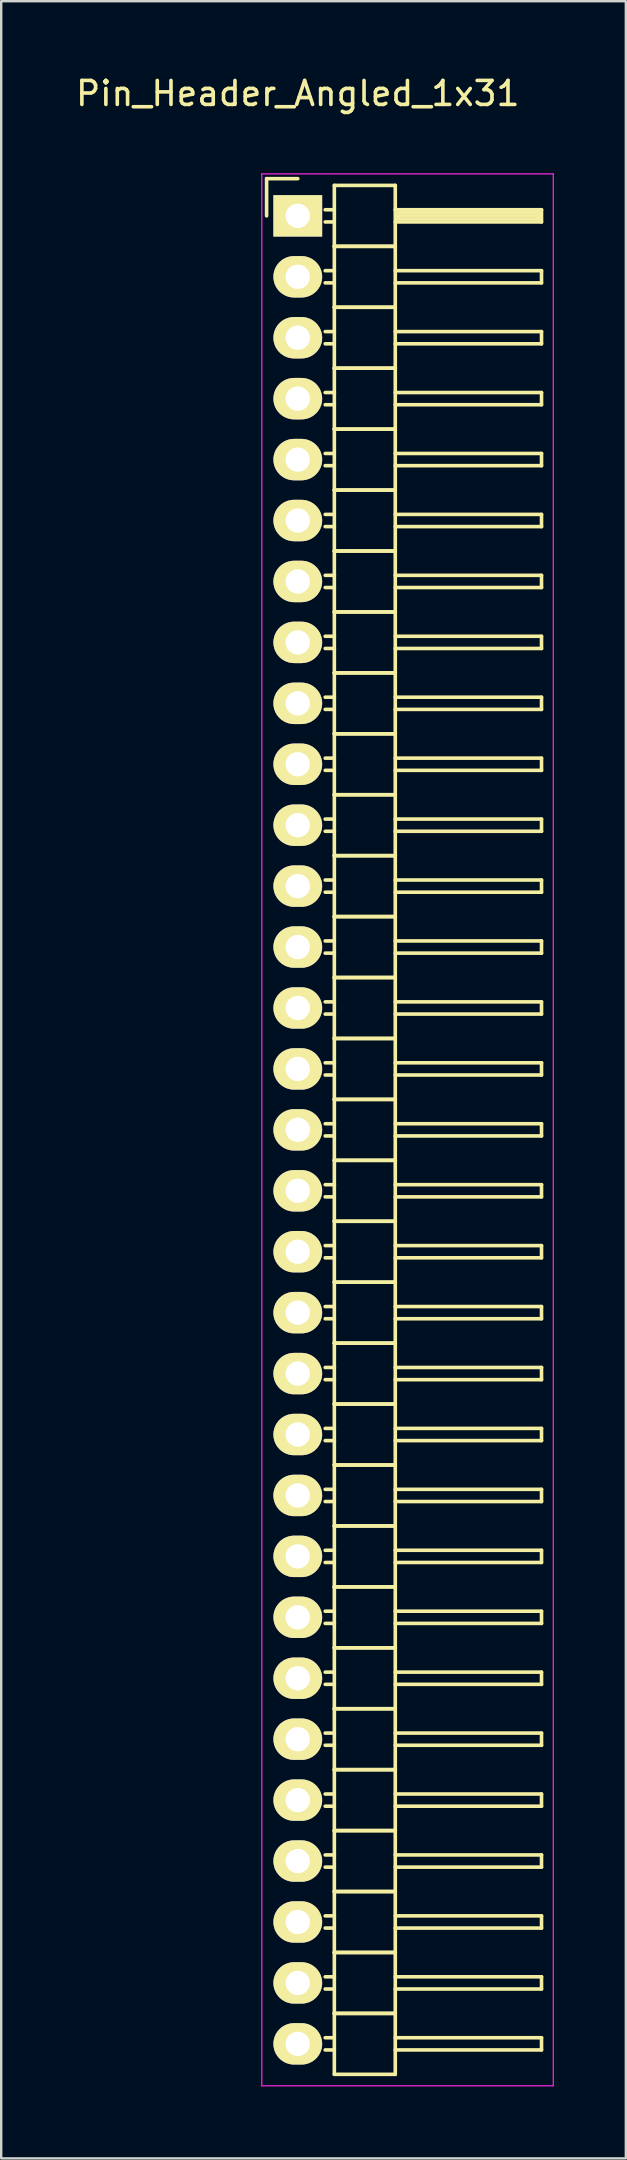
<source format=kicad_pcb>
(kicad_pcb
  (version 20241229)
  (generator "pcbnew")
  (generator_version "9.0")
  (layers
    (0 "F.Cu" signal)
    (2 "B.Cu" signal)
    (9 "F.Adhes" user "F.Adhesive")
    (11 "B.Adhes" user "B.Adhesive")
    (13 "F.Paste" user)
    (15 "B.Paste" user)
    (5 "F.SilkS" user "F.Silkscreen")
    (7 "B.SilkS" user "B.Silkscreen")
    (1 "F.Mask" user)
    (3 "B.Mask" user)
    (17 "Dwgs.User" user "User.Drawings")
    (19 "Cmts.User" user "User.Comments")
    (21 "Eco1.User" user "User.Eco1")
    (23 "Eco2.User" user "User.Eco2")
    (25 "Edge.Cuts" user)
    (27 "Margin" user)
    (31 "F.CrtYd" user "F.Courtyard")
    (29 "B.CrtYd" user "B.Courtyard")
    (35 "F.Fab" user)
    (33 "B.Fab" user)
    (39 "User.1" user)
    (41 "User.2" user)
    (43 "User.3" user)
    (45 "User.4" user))
  (footprint "Pin_Header_Angled_1x31"
    (layer "F.Cu")
    (at 9.363 5.948)
    (property "Reference" "Pin_Header_Angled_1x31" (at 0 -5.1 0) (layer "F.SilkS") (effects (font (size 1 1) (thickness 0.15))))
    (attr through_hole)
    (fp_line (start -1.3 -1.55) (end -1.3 0) (stroke (width 0.15) (type solid)) (layer "F.SilkS"))
    (fp_line (start 0 -1.55) (end -1.3 -1.55) (stroke (width 0.15) (type solid)) (layer "F.SilkS"))
    (fp_line (start 1.524 -1.27) (end 1.524 1.27) (stroke (width 0.15) (type solid)) (layer "F.SilkS"))
    (fp_line (start 1.524 -1.27) (end 4.064 -1.27) (stroke (width 0.15) (type solid)) (layer "F.SilkS"))
    (fp_line (start 1.524 -0.254) (end 1.143 -0.254) (stroke (width 0.15) (type solid)) (layer "F.SilkS"))
    (fp_line (start 1.524 0.254) (end 1.143 0.254) (stroke (width 0.15) (type solid)) (layer "F.SilkS"))
    (fp_line (start 1.524 1.27) (end 1.524 3.81) (stroke (width 0.15) (type solid)) (layer "F.SilkS"))
    (fp_line (start 1.524 1.27) (end 4.064 1.27) (stroke (width 0.15) (type solid)) (layer "F.SilkS"))
    (fp_line (start 1.524 1.27) (end 4.064 1.27) (stroke (width 0.15) (type solid)) (layer "F.SilkS"))
    (fp_line (start 1.524 2.286) (end 1.143 2.286) (stroke (width 0.15) (type solid)) (layer "F.SilkS"))
    (fp_line (start 1.524 2.794) (end 1.143 2.794) (stroke (width 0.15) (type solid)) (layer "F.SilkS"))
    (fp_line (start 1.524 3.81) (end 1.524 6.35) (stroke (width 0.15) (type solid)) (layer "F.SilkS"))
    (fp_line (start 1.524 3.81) (end 4.064 3.81) (stroke (width 0.15) (type solid)) (layer "F.SilkS"))
    (fp_line (start 1.524 3.81) (end 4.064 3.81) (stroke (width 0.15) (type solid)) (layer "F.SilkS"))
    (fp_line (start 1.524 4.826) (end 1.143 4.826) (stroke (width 0.15) (type solid)) (layer "F.SilkS"))
    (fp_line (start 1.524 5.334) (end 1.143 5.334) (stroke (width 0.15) (type solid)) (layer "F.SilkS"))
    (fp_line (start 1.524 6.35) (end 1.524 8.89) (stroke (width 0.15) (type solid)) (layer "F.SilkS"))
    (fp_line (start 1.524 6.35) (end 4.064 6.35) (stroke (width 0.15) (type solid)) (layer "F.SilkS"))
    (fp_line (start 1.524 6.35) (end 4.064 6.35) (stroke (width 0.15) (type solid)) (layer "F.SilkS"))
    (fp_line (start 1.524 7.366) (end 1.143 7.366) (stroke (width 0.15) (type solid)) (layer "F.SilkS"))
    (fp_line (start 1.524 7.874) (end 1.143 7.874) (stroke (width 0.15) (type solid)) (layer "F.SilkS"))
    (fp_line (start 1.524 8.89) (end 1.524 11.43) (stroke (width 0.15) (type solid)) (layer "F.SilkS"))
    (fp_line (start 1.524 8.89) (end 4.064 8.89) (stroke (width 0.15) (type solid)) (layer "F.SilkS"))
    (fp_line (start 1.524 8.89) (end 4.064 8.89) (stroke (width 0.15) (type solid)) (layer "F.SilkS"))
    (fp_line (start 1.524 9.906) (end 1.143 9.906) (stroke (width 0.15) (type solid)) (layer "F.SilkS"))
    (fp_line (start 1.524 10.414) (end 1.143 10.414) (stroke (width 0.15) (type solid)) (layer "F.SilkS"))
    (fp_line (start 1.524 11.43) (end 1.524 13.97) (stroke (width 0.15) (type solid)) (layer "F.SilkS"))
    (fp_line (start 1.524 11.43) (end 4.064 11.43) (stroke (width 0.15) (type solid)) (layer "F.SilkS"))
    (fp_line (start 1.524 11.43) (end 4.064 11.43) (stroke (width 0.15) (type solid)) (layer "F.SilkS"))
    (fp_line (start 1.524 12.446) (end 1.143 12.446) (stroke (width 0.15) (type solid)) (layer "F.SilkS"))
    (fp_line (start 1.524 12.954) (end 1.143 12.954) (stroke (width 0.15) (type solid)) (layer "F.SilkS"))
    (fp_line (start 1.524 13.97) (end 1.524 16.51) (stroke (width 0.15) (type solid)) (layer "F.SilkS"))
    (fp_line (start 1.524 13.97) (end 4.064 13.97) (stroke (width 0.15) (type solid)) (layer "F.SilkS"))
    (fp_line (start 1.524 13.97) (end 4.064 13.97) (stroke (width 0.15) (type solid)) (layer "F.SilkS"))
    (fp_line (start 1.524 14.986) (end 1.143 14.986) (stroke (width 0.15) (type solid)) (layer "F.SilkS"))
    (fp_line (start 1.524 15.494) (end 1.143 15.494) (stroke (width 0.15) (type solid)) (layer "F.SilkS"))
    (fp_line (start 1.524 16.51) (end 1.524 19.05) (stroke (width 0.15) (type solid)) (layer "F.SilkS"))
    (fp_line (start 1.524 16.51) (end 4.064 16.51) (stroke (width 0.15) (type solid)) (layer "F.SilkS"))
    (fp_line (start 1.524 16.51) (end 4.064 16.51) (stroke (width 0.15) (type solid)) (layer "F.SilkS"))
    (fp_line (start 1.524 17.526) (end 1.143 17.526) (stroke (width 0.15) (type solid)) (layer "F.SilkS"))
    (fp_line (start 1.524 18.034) (end 1.143 18.034) (stroke (width 0.15) (type solid)) (layer "F.SilkS"))
    (fp_line (start 1.524 19.05) (end 1.524 21.59) (stroke (width 0.15) (type solid)) (layer "F.SilkS"))
    (fp_line (start 1.524 19.05) (end 4.064 19.05) (stroke (width 0.15) (type solid)) (layer "F.SilkS"))
    (fp_line (start 1.524 19.05) (end 4.064 19.05) (stroke (width 0.15) (type solid)) (layer "F.SilkS"))
    (fp_line (start 1.524 20.066) (end 1.143 20.066) (stroke (width 0.15) (type solid)) (layer "F.SilkS"))
    (fp_line (start 1.524 20.574) (end 1.143 20.574) (stroke (width 0.15) (type solid)) (layer "F.SilkS"))
    (fp_line (start 1.524 21.59) (end 1.524 24.13) (stroke (width 0.15) (type solid)) (layer "F.SilkS"))
    (fp_line (start 1.524 21.59) (end 4.064 21.59) (stroke (width 0.15) (type solid)) (layer "F.SilkS"))
    (fp_line (start 1.524 21.59) (end 4.064 21.59) (stroke (width 0.15) (type solid)) (layer "F.SilkS"))
    (fp_line (start 1.524 22.606) (end 1.143 22.606) (stroke (width 0.15) (type solid)) (layer "F.SilkS"))
    (fp_line (start 1.524 23.114) (end 1.143 23.114) (stroke (width 0.15) (type solid)) (layer "F.SilkS"))
    (fp_line (start 1.524 24.13) (end 1.524 26.67) (stroke (width 0.15) (type solid)) (layer "F.SilkS"))
    (fp_line (start 1.524 24.13) (end 4.064 24.13) (stroke (width 0.15) (type solid)) (layer "F.SilkS"))
    (fp_line (start 1.524 24.13) (end 4.064 24.13) (stroke (width 0.15) (type solid)) (layer "F.SilkS"))
    (fp_line (start 1.524 25.146) (end 1.143 25.146) (stroke (width 0.15) (type solid)) (layer "F.SilkS"))
    (fp_line (start 1.524 25.654) (end 1.143 25.654) (stroke (width 0.15) (type solid)) (layer "F.SilkS"))
    (fp_line (start 1.524 26.67) (end 1.524 29.21) (stroke (width 0.15) (type solid)) (layer "F.SilkS"))
    (fp_line (start 1.524 26.67) (end 4.064 26.67) (stroke (width 0.15) (type solid)) (layer "F.SilkS"))
    (fp_line (start 1.524 26.67) (end 4.064 26.67) (stroke (width 0.15) (type solid)) (layer "F.SilkS"))
    (fp_line (start 1.524 27.686) (end 1.143 27.686) (stroke (width 0.15) (type solid)) (layer "F.SilkS"))
    (fp_line (start 1.524 28.194) (end 1.143 28.194) (stroke (width 0.15) (type solid)) (layer "F.SilkS"))
    (fp_line (start 1.524 29.21) (end 1.524 31.75) (stroke (width 0.15) (type solid)) (layer "F.SilkS"))
    (fp_line (start 1.524 29.21) (end 4.064 29.21) (stroke (width 0.15) (type solid)) (layer "F.SilkS"))
    (fp_line (start 1.524 29.21) (end 4.064 29.21) (stroke (width 0.15) (type solid)) (layer "F.SilkS"))
    (fp_line (start 1.524 30.226) (end 1.143 30.226) (stroke (width 0.15) (type solid)) (layer "F.SilkS"))
    (fp_line (start 1.524 30.734) (end 1.143 30.734) (stroke (width 0.15) (type solid)) (layer "F.SilkS"))
    (fp_line (start 1.524 31.75) (end 1.524 34.29) (stroke (width 0.15) (type solid)) (layer "F.SilkS"))
    (fp_line (start 1.524 31.75) (end 4.064 31.75) (stroke (width 0.15) (type solid)) (layer "F.SilkS"))
    (fp_line (start 1.524 31.75) (end 4.064 31.75) (stroke (width 0.15) (type solid)) (layer "F.SilkS"))
    (fp_line (start 1.524 32.766) (end 1.143 32.766) (stroke (width 0.15) (type solid)) (layer "F.SilkS"))
    (fp_line (start 1.524 33.274) (end 1.143 33.274) (stroke (width 0.15) (type solid)) (layer "F.SilkS"))
    (fp_line (start 1.524 34.29) (end 1.524 36.83) (stroke (width 0.15) (type solid)) (layer "F.SilkS"))
    (fp_line (start 1.524 34.29) (end 4.064 34.29) (stroke (width 0.15) (type solid)) (layer "F.SilkS"))
    (fp_line (start 1.524 34.29) (end 4.064 34.29) (stroke (width 0.15) (type solid)) (layer "F.SilkS"))
    (fp_line (start 1.524 35.306) (end 1.143 35.306) (stroke (width 0.15) (type solid)) (layer "F.SilkS"))
    (fp_line (start 1.524 35.814) (end 1.143 35.814) (stroke (width 0.15) (type solid)) (layer "F.SilkS"))
    (fp_line (start 1.524 36.83) (end 1.524 39.37) (stroke (width 0.15) (type solid)) (layer "F.SilkS"))
    (fp_line (start 1.524 36.83) (end 4.064 36.83) (stroke (width 0.15) (type solid)) (layer "F.SilkS"))
    (fp_line (start 1.524 36.83) (end 4.064 36.83) (stroke (width 0.15) (type solid)) (layer "F.SilkS"))
    (fp_line (start 1.524 37.846) (end 1.143 37.846) (stroke (width 0.15) (type solid)) (layer "F.SilkS"))
    (fp_line (start 1.524 38.354) (end 1.143 38.354) (stroke (width 0.15) (type solid)) (layer "F.SilkS"))
    (fp_line (start 1.524 39.37) (end 1.524 41.91) (stroke (width 0.15) (type solid)) (layer "F.SilkS"))
    (fp_line (start 1.524 39.37) (end 4.064 39.37) (stroke (width 0.15) (type solid)) (layer "F.SilkS"))
    (fp_line (start 1.524 39.37) (end 4.064 39.37) (stroke (width 0.15) (type solid)) (layer "F.SilkS"))
    (fp_line (start 1.524 40.386) (end 1.143 40.386) (stroke (width 0.15) (type solid)) (layer "F.SilkS"))
    (fp_line (start 1.524 40.894) (end 1.143 40.894) (stroke (width 0.15) (type solid)) (layer "F.SilkS"))
    (fp_line (start 1.524 41.91) (end 1.524 44.45) (stroke (width 0.15) (type solid)) (layer "F.SilkS"))
    (fp_line (start 1.524 41.91) (end 4.064 41.91) (stroke (width 0.15) (type solid)) (layer "F.SilkS"))
    (fp_line (start 1.524 41.91) (end 4.064 41.91) (stroke (width 0.15) (type solid)) (layer "F.SilkS"))
    (fp_line (start 1.524 42.926) (end 1.143 42.926) (stroke (width 0.15) (type solid)) (layer "F.SilkS"))
    (fp_line (start 1.524 43.434) (end 1.143 43.434) (stroke (width 0.15) (type solid)) (layer "F.SilkS"))
    (fp_line (start 1.524 44.45) (end 1.524 46.99) (stroke (width 0.15) (type solid)) (layer "F.SilkS"))
    (fp_line (start 1.524 44.45) (end 4.064 44.45) (stroke (width 0.15) (type solid)) (layer "F.SilkS"))
    (fp_line (start 1.524 44.45) (end 4.064 44.45) (stroke (width 0.15) (type solid)) (layer "F.SilkS"))
    (fp_line (start 1.524 45.466) (end 1.143 45.466) (stroke (width 0.15) (type solid)) (layer "F.SilkS"))
    (fp_line (start 1.524 45.974) (end 1.143 45.974) (stroke (width 0.15) (type solid)) (layer "F.SilkS"))
    (fp_line (start 1.524 46.99) (end 1.524 49.53) (stroke (width 0.15) (type solid)) (layer "F.SilkS"))
    (fp_line (start 1.524 46.99) (end 4.064 46.99) (stroke (width 0.15) (type solid)) (layer "F.SilkS"))
    (fp_line (start 1.524 46.99) (end 4.064 46.99) (stroke (width 0.15) (type solid)) (layer "F.SilkS"))
    (fp_line (start 1.524 48.006) (end 1.143 48.006) (stroke (width 0.15) (type solid)) (layer "F.SilkS"))
    (fp_line (start 1.524 48.514) (end 1.143 48.514) (stroke (width 0.15) (type solid)) (layer "F.SilkS"))
    (fp_line (start 1.524 49.53) (end 1.524 52.07) (stroke (width 0.15) (type solid)) (layer "F.SilkS"))
    (fp_line (start 1.524 49.53) (end 4.064 49.53) (stroke (width 0.15) (type solid)) (layer "F.SilkS"))
    (fp_line (start 1.524 49.53) (end 4.064 49.53) (stroke (width 0.15) (type solid)) (layer "F.SilkS"))
    (fp_line (start 1.524 50.546) (end 1.143 50.546) (stroke (width 0.15) (type solid)) (layer "F.SilkS"))
    (fp_line (start 1.524 51.054) (end 1.143 51.054) (stroke (width 0.15) (type solid)) (layer "F.SilkS"))
    (fp_line (start 1.524 52.07) (end 1.524 54.61) (stroke (width 0.15) (type solid)) (layer "F.SilkS"))
    (fp_line (start 1.524 52.07) (end 4.064 52.07) (stroke (width 0.15) (type solid)) (layer "F.SilkS"))
    (fp_line (start 1.524 52.07) (end 4.064 52.07) (stroke (width 0.15) (type solid)) (layer "F.SilkS"))
    (fp_line (start 1.524 53.086) (end 1.143 53.086) (stroke (width 0.15) (type solid)) (layer "F.SilkS"))
    (fp_line (start 1.524 53.594) (end 1.143 53.594) (stroke (width 0.15) (type solid)) (layer "F.SilkS"))
    (fp_line (start 1.524 54.61) (end 1.524 57.15) (stroke (width 0.15) (type solid)) (layer "F.SilkS"))
    (fp_line (start 1.524 54.61) (end 4.064 54.61) (stroke (width 0.15) (type solid)) (layer "F.SilkS"))
    (fp_line (start 1.524 54.61) (end 4.064 54.61) (stroke (width 0.15) (type solid)) (layer "F.SilkS"))
    (fp_line (start 1.524 55.626) (end 1.143 55.626) (stroke (width 0.15) (type solid)) (layer "F.SilkS"))
    (fp_line (start 1.524 56.134) (end 1.143 56.134) (stroke (width 0.15) (type solid)) (layer "F.SilkS"))
    (fp_line (start 1.524 57.15) (end 1.524 59.69) (stroke (width 0.15) (type solid)) (layer "F.SilkS"))
    (fp_line (start 1.524 57.15) (end 4.064 57.15) (stroke (width 0.15) (type solid)) (layer "F.SilkS"))
    (fp_line (start 1.524 57.15) (end 4.064 57.15) (stroke (width 0.15) (type solid)) (layer "F.SilkS"))
    (fp_line (start 1.524 58.166) (end 1.143 58.166) (stroke (width 0.15) (type solid)) (layer "F.SilkS"))
    (fp_line (start 1.524 58.674) (end 1.143 58.674) (stroke (width 0.15) (type solid)) (layer "F.SilkS"))
    (fp_line (start 1.524 59.69) (end 1.524 62.23) (stroke (width 0.15) (type solid)) (layer "F.SilkS"))
    (fp_line (start 1.524 59.69) (end 4.064 59.69) (stroke (width 0.15) (type solid)) (layer "F.SilkS"))
    (fp_line (start 1.524 59.69) (end 4.064 59.69) (stroke (width 0.15) (type solid)) (layer "F.SilkS"))
    (fp_line (start 1.524 60.706) (end 1.143 60.706) (stroke (width 0.15) (type solid)) (layer "F.SilkS"))
    (fp_line (start 1.524 61.214) (end 1.143 61.214) (stroke (width 0.15) (type solid)) (layer "F.SilkS"))
    (fp_line (start 1.524 62.23) (end 1.524 64.77) (stroke (width 0.15) (type solid)) (layer "F.SilkS"))
    (fp_line (start 1.524 62.23) (end 4.064 62.23) (stroke (width 0.15) (type solid)) (layer "F.SilkS"))
    (fp_line (start 1.524 62.23) (end 4.064 62.23) (stroke (width 0.15) (type solid)) (layer "F.SilkS"))
    (fp_line (start 1.524 63.246) (end 1.143 63.246) (stroke (width 0.15) (type solid)) (layer "F.SilkS"))
    (fp_line (start 1.524 63.754) (end 1.143 63.754) (stroke (width 0.15) (type solid)) (layer "F.SilkS"))
    (fp_line (start 1.524 64.77) (end 1.524 67.31) (stroke (width 0.15) (type solid)) (layer "F.SilkS"))
    (fp_line (start 1.524 64.77) (end 4.064 64.77) (stroke (width 0.15) (type solid)) (layer "F.SilkS"))
    (fp_line (start 1.524 64.77) (end 4.064 64.77) (stroke (width 0.15) (type solid)) (layer "F.SilkS"))
    (fp_line (start 1.524 65.786) (end 1.143 65.786) (stroke (width 0.15) (type solid)) (layer "F.SilkS"))
    (fp_line (start 1.524 66.294) (end 1.143 66.294) (stroke (width 0.15) (type solid)) (layer "F.SilkS"))
    (fp_line (start 1.524 67.31) (end 1.524 69.85) (stroke (width 0.15) (type solid)) (layer "F.SilkS"))
    (fp_line (start 1.524 67.31) (end 4.064 67.31) (stroke (width 0.15) (type solid)) (layer "F.SilkS"))
    (fp_line (start 1.524 67.31) (end 4.064 67.31) (stroke (width 0.15) (type solid)) (layer "F.SilkS"))
    (fp_line (start 1.524 68.326) (end 1.143 68.326) (stroke (width 0.15) (type solid)) (layer "F.SilkS"))
    (fp_line (start 1.524 68.834) (end 1.143 68.834) (stroke (width 0.15) (type solid)) (layer "F.SilkS"))
    (fp_line (start 1.524 69.85) (end 1.524 72.39) (stroke (width 0.15) (type solid)) (layer "F.SilkS"))
    (fp_line (start 1.524 69.85) (end 4.064 69.85) (stroke (width 0.15) (type solid)) (layer "F.SilkS"))
    (fp_line (start 1.524 69.85) (end 4.064 69.85) (stroke (width 0.15) (type solid)) (layer "F.SilkS"))
    (fp_line (start 1.524 70.866) (end 1.143 70.866) (stroke (width 0.15) (type solid)) (layer "F.SilkS"))
    (fp_line (start 1.524 71.374) (end 1.143 71.374) (stroke (width 0.15) (type solid)) (layer "F.SilkS"))
    (fp_line (start 1.524 72.39) (end 1.524 74.93) (stroke (width 0.15) (type solid)) (layer "F.SilkS"))
    (fp_line (start 1.524 72.39) (end 4.064 72.39) (stroke (width 0.15) (type solid)) (layer "F.SilkS"))
    (fp_line (start 1.524 72.39) (end 4.064 72.39) (stroke (width 0.15) (type solid)) (layer "F.SilkS"))
    (fp_line (start 1.524 73.406) (end 1.143 73.406) (stroke (width 0.15) (type solid)) (layer "F.SilkS"))
    (fp_line (start 1.524 73.914) (end 1.143 73.914) (stroke (width 0.15) (type solid)) (layer "F.SilkS"))
    (fp_line (start 1.524 74.93) (end 1.524 77.47) (stroke (width 0.15) (type solid)) (layer "F.SilkS"))
    (fp_line (start 1.524 74.93) (end 4.064 74.93) (stroke (width 0.15) (type solid)) (layer "F.SilkS"))
    (fp_line (start 1.524 74.93) (end 4.064 74.93) (stroke (width 0.15) (type solid)) (layer "F.SilkS"))
    (fp_line (start 1.524 75.946) (end 1.143 75.946) (stroke (width 0.15) (type solid)) (layer "F.SilkS"))
    (fp_line (start 1.524 76.454) (end 1.143 76.454) (stroke (width 0.15) (type solid)) (layer "F.SilkS"))
    (fp_line (start 1.524 77.47) (end 4.064 77.47) (stroke (width 0.15) (type solid)) (layer "F.SilkS"))
    (fp_line (start 4.064 -0.254) (end 10.16 -0.254) (stroke (width 0.15) (type solid)) (layer "F.SilkS"))
    (fp_line (start 4.064 1.27) (end 4.064 -1.27) (stroke (width 0.15) (type solid)) (layer "F.SilkS"))
    (fp_line (start 4.064 2.286) (end 10.16 2.286) (stroke (width 0.15) (type solid)) (layer "F.SilkS"))
    (fp_line (start 4.064 3.81) (end 4.064 1.27) (stroke (width 0.15) (type solid)) (layer "F.SilkS"))
    (fp_line (start 4.064 4.826) (end 10.16 4.826) (stroke (width 0.15) (type solid)) (layer "F.SilkS"))
    (fp_line (start 4.064 6.35) (end 4.064 3.81) (stroke (width 0.15) (type solid)) (layer "F.SilkS"))
    (fp_line (start 4.064 7.366) (end 10.16 7.366) (stroke (width 0.15) (type solid)) (layer "F.SilkS"))
    (fp_line (start 4.064 8.89) (end 4.064 6.35) (stroke (width 0.15) (type solid)) (layer "F.SilkS"))
    (fp_line (start 4.064 9.906) (end 10.16 9.906) (stroke (width 0.15) (type solid)) (layer "F.SilkS"))
    (fp_line (start 4.064 11.43) (end 4.064 8.89) (stroke (width 0.15) (type solid)) (layer "F.SilkS"))
    (fp_line (start 4.064 12.446) (end 10.16 12.446) (stroke (width 0.15) (type solid)) (layer "F.SilkS"))
    (fp_line (start 4.064 13.97) (end 4.064 11.43) (stroke (width 0.15) (type solid)) (layer "F.SilkS"))
    (fp_line (start 4.064 14.986) (end 10.16 14.986) (stroke (width 0.15) (type solid)) (layer "F.SilkS"))
    (fp_line (start 4.064 16.51) (end 4.064 13.97) (stroke (width 0.15) (type solid)) (layer "F.SilkS"))
    (fp_line (start 4.064 17.526) (end 10.16 17.526) (stroke (width 0.15) (type solid)) (layer "F.SilkS"))
    (fp_line (start 4.064 19.05) (end 4.064 16.51) (stroke (width 0.15) (type solid)) (layer "F.SilkS"))
    (fp_line (start 4.064 20.066) (end 10.16 20.066) (stroke (width 0.15) (type solid)) (layer "F.SilkS"))
    (fp_line (start 4.064 21.59) (end 4.064 19.05) (stroke (width 0.15) (type solid)) (layer "F.SilkS"))
    (fp_line (start 4.064 22.606) (end 10.16 22.606) (stroke (width 0.15) (type solid)) (layer "F.SilkS"))
    (fp_line (start 4.064 24.13) (end 4.064 21.59) (stroke (width 0.15) (type solid)) (layer "F.SilkS"))
    (fp_line (start 4.064 25.146) (end 10.16 25.146) (stroke (width 0.15) (type solid)) (layer "F.SilkS"))
    (fp_line (start 4.064 26.67) (end 4.064 24.13) (stroke (width 0.15) (type solid)) (layer "F.SilkS"))
    (fp_line (start 4.064 27.686) (end 10.16 27.686) (stroke (width 0.15) (type solid)) (layer "F.SilkS"))
    (fp_line (start 4.064 29.21) (end 4.064 26.67) (stroke (width 0.15) (type solid)) (layer "F.SilkS"))
    (fp_line (start 4.064 30.226) (end 10.16 30.226) (stroke (width 0.15) (type solid)) (layer "F.SilkS"))
    (fp_line (start 4.064 31.75) (end 4.064 29.21) (stroke (width 0.15) (type solid)) (layer "F.SilkS"))
    (fp_line (start 4.064 32.766) (end 10.16 32.766) (stroke (width 0.15) (type solid)) (layer "F.SilkS"))
    (fp_line (start 4.064 34.29) (end 4.064 31.75) (stroke (width 0.15) (type solid)) (layer "F.SilkS"))
    (fp_line (start 4.064 35.306) (end 10.16 35.306) (stroke (width 0.15) (type solid)) (layer "F.SilkS"))
    (fp_line (start 4.064 36.83) (end 4.064 34.29) (stroke (width 0.15) (type solid)) (layer "F.SilkS"))
    (fp_line (start 4.064 37.846) (end 10.16 37.846) (stroke (width 0.15) (type solid)) (layer "F.SilkS"))
    (fp_line (start 4.064 39.37) (end 4.064 36.83) (stroke (width 0.15) (type solid)) (layer "F.SilkS"))
    (fp_line (start 4.064 40.386) (end 10.16 40.386) (stroke (width 0.15) (type solid)) (layer "F.SilkS"))
    (fp_line (start 4.064 41.91) (end 4.064 39.37) (stroke (width 0.15) (type solid)) (layer "F.SilkS"))
    (fp_line (start 4.064 42.926) (end 10.16 42.926) (stroke (width 0.15) (type solid)) (layer "F.SilkS"))
    (fp_line (start 4.064 44.45) (end 4.064 41.91) (stroke (width 0.15) (type solid)) (layer "F.SilkS"))
    (fp_line (start 4.064 45.466) (end 10.16 45.466) (stroke (width 0.15) (type solid)) (layer "F.SilkS"))
    (fp_line (start 4.064 46.99) (end 4.064 44.45) (stroke (width 0.15) (type solid)) (layer "F.SilkS"))
    (fp_line (start 4.064 48.006) (end 10.16 48.006) (stroke (width 0.15) (type solid)) (layer "F.SilkS"))
    (fp_line (start 4.064 49.53) (end 4.064 46.99) (stroke (width 0.15) (type solid)) (layer "F.SilkS"))
    (fp_line (start 4.064 50.546) (end 10.16 50.546) (stroke (width 0.15) (type solid)) (layer "F.SilkS"))
    (fp_line (start 4.064 52.07) (end 4.064 49.53) (stroke (width 0.15) (type solid)) (layer "F.SilkS"))
    (fp_line (start 4.064 53.086) (end 10.16 53.086) (stroke (width 0.15) (type solid)) (layer "F.SilkS"))
    (fp_line (start 4.064 54.61) (end 4.064 52.07) (stroke (width 0.15) (type solid)) (layer "F.SilkS"))
    (fp_line (start 4.064 55.626) (end 10.16 55.626) (stroke (width 0.15) (type solid)) (layer "F.SilkS"))
    (fp_line (start 4.064 57.15) (end 4.064 54.61) (stroke (width 0.15) (type solid)) (layer "F.SilkS"))
    (fp_line (start 4.064 58.166) (end 10.16 58.166) (stroke (width 0.15) (type solid)) (layer "F.SilkS"))
    (fp_line (start 4.064 59.69) (end 4.064 57.15) (stroke (width 0.15) (type solid)) (layer "F.SilkS"))
    (fp_line (start 4.064 60.706) (end 10.16 60.706) (stroke (width 0.15) (type solid)) (layer "F.SilkS"))
    (fp_line (start 4.064 62.23) (end 4.064 59.69) (stroke (width 0.15) (type solid)) (layer "F.SilkS"))
    (fp_line (start 4.064 63.246) (end 10.16 63.246) (stroke (width 0.15) (type solid)) (layer "F.SilkS"))
    (fp_line (start 4.064 64.77) (end 4.064 62.23) (stroke (width 0.15) (type solid)) (layer "F.SilkS"))
    (fp_line (start 4.064 65.786) (end 10.16 65.786) (stroke (width 0.15) (type solid)) (layer "F.SilkS"))
    (fp_line (start 4.064 67.31) (end 4.064 64.77) (stroke (width 0.15) (type solid)) (layer "F.SilkS"))
    (fp_line (start 4.064 68.326) (end 10.16 68.326) (stroke (width 0.15) (type solid)) (layer "F.SilkS"))
    (fp_line (start 4.064 69.85) (end 4.064 67.31) (stroke (width 0.15) (type solid)) (layer "F.SilkS"))
    (fp_line (start 4.064 70.866) (end 10.16 70.866) (stroke (width 0.15) (type solid)) (layer "F.SilkS"))
    (fp_line (start 4.064 72.39) (end 4.064 69.85) (stroke (width 0.15) (type solid)) (layer "F.SilkS"))
    (fp_line (start 4.064 73.406) (end 10.16 73.406) (stroke (width 0.15) (type solid)) (layer "F.SilkS"))
    (fp_line (start 4.064 74.93) (end 4.064 72.39) (stroke (width 0.15) (type solid)) (layer "F.SilkS"))
    (fp_line (start 4.064 75.946) (end 10.16 75.946) (stroke (width 0.15) (type solid)) (layer "F.SilkS"))
    (fp_line (start 4.064 77.47) (end 4.064 74.93) (stroke (width 0.15) (type solid)) (layer "F.SilkS"))
    (fp_line (start 4.191 -0.127) (end 10.033 -0.127) (stroke (width 0.15) (type solid)) (layer "F.SilkS"))
    (fp_line (start 4.191 0) (end 10.033 0) (stroke (width 0.15) (type solid)) (layer "F.SilkS"))
    (fp_line (start 4.191 0.127) (end 4.191 0) (stroke (width 0.15) (type solid)) (layer "F.SilkS"))
    (fp_line (start 10.033 -0.127) (end 10.033 0.127) (stroke (width 0.15) (type solid)) (layer "F.SilkS"))
    (fp_line (start 10.033 0.127) (end 4.191 0.127) (stroke (width 0.15) (type solid)) (layer "F.SilkS"))
    (fp_line (start 10.16 -0.254) (end 10.16 0.254) (stroke (width 0.15) (type solid)) (layer "F.SilkS"))
    (fp_line (start 10.16 0.254) (end 4.064 0.254) (stroke (width 0.15) (type solid)) (layer "F.SilkS"))
    (fp_line (start 10.16 2.286) (end 10.16 2.794) (stroke (width 0.15) (type solid)) (layer "F.SilkS"))
    (fp_line (start 10.16 2.794) (end 4.064 2.794) (stroke (width 0.15) (type solid)) (layer "F.SilkS"))
    (fp_line (start 10.16 4.826) (end 10.16 5.334) (stroke (width 0.15) (type solid)) (layer "F.SilkS"))
    (fp_line (start 10.16 5.334) (end 4.064 5.334) (stroke (width 0.15) (type solid)) (layer "F.SilkS"))
    (fp_line (start 10.16 7.366) (end 10.16 7.874) (stroke (width 0.15) (type solid)) (layer "F.SilkS"))
    (fp_line (start 10.16 7.874) (end 4.064 7.874) (stroke (width 0.15) (type solid)) (layer "F.SilkS"))
    (fp_line (start 10.16 9.906) (end 10.16 10.414) (stroke (width 0.15) (type solid)) (layer "F.SilkS"))
    (fp_line (start 10.16 10.414) (end 4.064 10.414) (stroke (width 0.15) (type solid)) (layer "F.SilkS"))
    (fp_line (start 10.16 12.446) (end 10.16 12.954) (stroke (width 0.15) (type solid)) (layer "F.SilkS"))
    (fp_line (start 10.16 12.954) (end 4.064 12.954) (stroke (width 0.15) (type solid)) (layer "F.SilkS"))
    (fp_line (start 10.16 14.986) (end 10.16 15.494) (stroke (width 0.15) (type solid)) (layer "F.SilkS"))
    (fp_line (start 10.16 15.494) (end 4.064 15.494) (stroke (width 0.15) (type solid)) (layer "F.SilkS"))
    (fp_line (start 10.16 17.526) (end 10.16 18.034) (stroke (width 0.15) (type solid)) (layer "F.SilkS"))
    (fp_line (start 10.16 18.034) (end 4.064 18.034) (stroke (width 0.15) (type solid)) (layer "F.SilkS"))
    (fp_line (start 10.16 20.066) (end 10.16 20.574) (stroke (width 0.15) (type solid)) (layer "F.SilkS"))
    (fp_line (start 10.16 20.574) (end 4.064 20.574) (stroke (width 0.15) (type solid)) (layer "F.SilkS"))
    (fp_line (start 10.16 22.606) (end 10.16 23.114) (stroke (width 0.15) (type solid)) (layer "F.SilkS"))
    (fp_line (start 10.16 23.114) (end 4.064 23.114) (stroke (width 0.15) (type solid)) (layer "F.SilkS"))
    (fp_line (start 10.16 25.146) (end 10.16 25.654) (stroke (width 0.15) (type solid)) (layer "F.SilkS"))
    (fp_line (start 10.16 25.654) (end 4.064 25.654) (stroke (width 0.15) (type solid)) (layer "F.SilkS"))
    (fp_line (start 10.16 27.686) (end 10.16 28.194) (stroke (width 0.15) (type solid)) (layer "F.SilkS"))
    (fp_line (start 10.16 28.194) (end 4.064 28.194) (stroke (width 0.15) (type solid)) (layer "F.SilkS"))
    (fp_line (start 10.16 30.226) (end 10.16 30.734) (stroke (width 0.15) (type solid)) (layer "F.SilkS"))
    (fp_line (start 10.16 30.734) (end 4.064 30.734) (stroke (width 0.15) (type solid)) (layer "F.SilkS"))
    (fp_line (start 10.16 32.766) (end 10.16 33.274) (stroke (width 0.15) (type solid)) (layer "F.SilkS"))
    (fp_line (start 10.16 33.274) (end 4.064 33.274) (stroke (width 0.15) (type solid)) (layer "F.SilkS"))
    (fp_line (start 10.16 35.306) (end 10.16 35.814) (stroke (width 0.15) (type solid)) (layer "F.SilkS"))
    (fp_line (start 10.16 35.814) (end 4.064 35.814) (stroke (width 0.15) (type solid)) (layer "F.SilkS"))
    (fp_line (start 10.16 37.846) (end 10.16 38.354) (stroke (width 0.15) (type solid)) (layer "F.SilkS"))
    (fp_line (start 10.16 38.354) (end 4.064 38.354) (stroke (width 0.15) (type solid)) (layer "F.SilkS"))
    (fp_line (start 10.16 40.386) (end 10.16 40.894) (stroke (width 0.15) (type solid)) (layer "F.SilkS"))
    (fp_line (start 10.16 40.894) (end 4.064 40.894) (stroke (width 0.15) (type solid)) (layer "F.SilkS"))
    (fp_line (start 10.16 42.926) (end 10.16 43.434) (stroke (width 0.15) (type solid)) (layer "F.SilkS"))
    (fp_line (start 10.16 43.434) (end 4.064 43.434) (stroke (width 0.15) (type solid)) (layer "F.SilkS"))
    (fp_line (start 10.16 45.466) (end 10.16 45.974) (stroke (width 0.15) (type solid)) (layer "F.SilkS"))
    (fp_line (start 10.16 45.974) (end 4.064 45.974) (stroke (width 0.15) (type solid)) (layer "F.SilkS"))
    (fp_line (start 10.16 48.006) (end 10.16 48.514) (stroke (width 0.15) (type solid)) (layer "F.SilkS"))
    (fp_line (start 10.16 48.514) (end 4.064 48.514) (stroke (width 0.15) (type solid)) (layer "F.SilkS"))
    (fp_line (start 10.16 50.546) (end 10.16 51.054) (stroke (width 0.15) (type solid)) (layer "F.SilkS"))
    (fp_line (start 10.16 51.054) (end 4.064 51.054) (stroke (width 0.15) (type solid)) (layer "F.SilkS"))
    (fp_line (start 10.16 53.086) (end 10.16 53.594) (stroke (width 0.15) (type solid)) (layer "F.SilkS"))
    (fp_line (start 10.16 53.594) (end 4.064 53.594) (stroke (width 0.15) (type solid)) (layer "F.SilkS"))
    (fp_line (start 10.16 55.626) (end 10.16 56.134) (stroke (width 0.15) (type solid)) (layer "F.SilkS"))
    (fp_line (start 10.16 56.134) (end 4.064 56.134) (stroke (width 0.15) (type solid)) (layer "F.SilkS"))
    (fp_line (start 10.16 58.166) (end 10.16 58.674) (stroke (width 0.15) (type solid)) (layer "F.SilkS"))
    (fp_line (start 10.16 58.674) (end 4.064 58.674) (stroke (width 0.15) (type solid)) (layer "F.SilkS"))
    (fp_line (start 10.16 60.706) (end 10.16 61.214) (stroke (width 0.15) (type solid)) (layer "F.SilkS"))
    (fp_line (start 10.16 61.214) (end 4.064 61.214) (stroke (width 0.15) (type solid)) (layer "F.SilkS"))
    (fp_line (start 10.16 63.246) (end 10.16 63.754) (stroke (width 0.15) (type solid)) (layer "F.SilkS"))
    (fp_line (start 10.16 63.754) (end 4.064 63.754) (stroke (width 0.15) (type solid)) (layer "F.SilkS"))
    (fp_line (start 10.16 65.786) (end 10.16 66.294) (stroke (width 0.15) (type solid)) (layer "F.SilkS"))
    (fp_line (start 10.16 66.294) (end 4.064 66.294) (stroke (width 0.15) (type solid)) (layer "F.SilkS"))
    (fp_line (start 10.16 68.326) (end 10.16 68.834) (stroke (width 0.15) (type solid)) (layer "F.SilkS"))
    (fp_line (start 10.16 68.834) (end 4.064 68.834) (stroke (width 0.15) (type solid)) (layer "F.SilkS"))
    (fp_line (start 10.16 70.866) (end 10.16 71.374) (stroke (width 0.15) (type solid)) (layer "F.SilkS"))
    (fp_line (start 10.16 71.374) (end 4.064 71.374) (stroke (width 0.15) (type solid)) (layer "F.SilkS"))
    (fp_line (start 10.16 73.406) (end 10.16 73.914) (stroke (width 0.15) (type solid)) (layer "F.SilkS"))
    (fp_line (start 10.16 73.914) (end 4.064 73.914) (stroke (width 0.15) (type solid)) (layer "F.SilkS"))
    (fp_line (start 10.16 75.946) (end 10.16 76.454) (stroke (width 0.15) (type solid)) (layer "F.SilkS"))
    (fp_line (start 10.16 76.454) (end 4.064 76.454) (stroke (width 0.15) (type solid)) (layer "F.SilkS"))
    (fp_line (start -1.5 -1.75) (end -1.5 77.95) (stroke (width 0.05) (type solid)) (layer "F.CrtYd"))
    (fp_line (start -1.5 -1.75) (end 10.65 -1.75) (stroke (width 0.05) (type solid)) (layer "F.CrtYd"))
    (fp_line (start -1.5 77.95) (end 10.65 77.95) (stroke (width 0.05) (type solid)) (layer "F.CrtYd"))
    (fp_line (start 10.65 -1.75) (end 10.65 77.95) (stroke (width 0.05) (type solid)) (layer "F.CrtYd"))
    (pad "1" thru_hole rect (at 0 0) (size 2.032 1.727) (drill 1.016) (layers "*.Cu" "*.Mask" "F.SilkS"))
    (pad "2" thru_hole oval (at 0 2.54) (size 2.032 1.727) (drill 1.016) (layers "*.Cu" "*.Mask" "F.SilkS"))
    (pad "3" thru_hole oval (at 0 5.08) (size 2.032 1.727) (drill 1.016) (layers "*.Cu" "*.Mask" "F.SilkS"))
    (pad "4" thru_hole oval (at 0 7.62) (size 2.032 1.727) (drill 1.016) (layers "*.Cu" "*.Mask" "F.SilkS"))
    (pad "5" thru_hole oval (at 0 10.16) (size 2.032 1.727) (drill 1.016) (layers "*.Cu" "*.Mask" "F.SilkS"))
    (pad "6" thru_hole oval (at 0 12.7) (size 2.032 1.727) (drill 1.016) (layers "*.Cu" "*.Mask" "F.SilkS"))
    (pad "7" thru_hole oval (at 0 15.24) (size 2.032 1.727) (drill 1.016) (layers "*.Cu" "*.Mask" "F.SilkS"))
    (pad "8" thru_hole oval (at 0 17.78) (size 2.032 1.727) (drill 1.016) (layers "*.Cu" "*.Mask" "F.SilkS"))
    (pad "9" thru_hole oval (at 0 20.32) (size 2.032 1.727) (drill 1.016) (layers "*.Cu" "*.Mask" "F.SilkS"))
    (pad "10" thru_hole oval (at 0 22.86) (size 2.032 1.727) (drill 1.016) (layers "*.Cu" "*.Mask" "F.SilkS"))
    (pad "11" thru_hole oval (at 0 25.4) (size 2.032 1.727) (drill 1.016) (layers "*.Cu" "*.Mask" "F.SilkS"))
    (pad "12" thru_hole oval (at 0 27.94) (size 2.032 1.727) (drill 1.016) (layers "*.Cu" "*.Mask" "F.SilkS"))
    (pad "13" thru_hole oval (at 0 30.48) (size 2.032 1.727) (drill 1.016) (layers "*.Cu" "*.Mask" "F.SilkS"))
    (pad "14" thru_hole oval (at 0 33.02) (size 2.032 1.727) (drill 1.016) (layers "*.Cu" "*.Mask" "F.SilkS"))
    (pad "15" thru_hole oval (at 0 35.56) (size 2.032 1.727) (drill 1.016) (layers "*.Cu" "*.Mask" "F.SilkS"))
    (pad "16" thru_hole oval (at 0 38.1) (size 2.032 1.727) (drill 1.016) (layers "*.Cu" "*.Mask" "F.SilkS"))
    (pad "17" thru_hole oval (at 0 40.64) (size 2.032 1.727) (drill 1.016) (layers "*.Cu" "*.Mask" "F.SilkS"))
    (pad "18" thru_hole oval (at 0 43.18) (size 2.032 1.727) (drill 1.016) (layers "*.Cu" "*.Mask" "F.SilkS"))
    (pad "19" thru_hole oval (at 0 45.72) (size 2.032 1.727) (drill 1.016) (layers "*.Cu" "*.Mask" "F.SilkS"))
    (pad "20" thru_hole oval (at 0 48.26) (size 2.032 1.727) (drill 1.016) (layers "*.Cu" "*.Mask" "F.SilkS"))
    (pad "21" thru_hole oval (at 0 50.8) (size 2.032 1.727) (drill 1.016) (layers "*.Cu" "*.Mask" "F.SilkS"))
    (pad "22" thru_hole oval (at 0 53.34) (size 2.032 1.727) (drill 1.016) (layers "*.Cu" "*.Mask" "F.SilkS"))
    (pad "23" thru_hole oval (at 0 55.88) (size 2.032 1.727) (drill 1.016) (layers "*.Cu" "*.Mask" "F.SilkS"))
    (pad "24" thru_hole oval (at 0 58.42) (size 2.032 1.727) (drill 1.016) (layers "*.Cu" "*.Mask" "F.SilkS"))
    (pad "25" thru_hole oval (at 0 60.96) (size 2.032 1.727) (drill 1.016) (layers "*.Cu" "*.Mask" "F.SilkS"))
    (pad "26" thru_hole oval (at 0 63.5) (size 2.032 1.727) (drill 1.016) (layers "*.Cu" "*.Mask" "F.SilkS"))
    (pad "27" thru_hole oval (at 0 66.04) (size 2.032 1.727) (drill 1.016) (layers "*.Cu" "*.Mask" "F.SilkS"))
    (pad "28" thru_hole oval (at 0 68.58) (size 2.032 1.727) (drill 1.016) (layers "*.Cu" "*.Mask" "F.SilkS"))
    (pad "29" thru_hole oval (at 0 71.12) (size 2.032 1.727) (drill 1.016) (layers "*.Cu" "*.Mask" "F.SilkS"))
    (pad "30" thru_hole oval (at 0 73.66) (size 2.032 1.727) (drill 1.016) (layers "*.Cu" "*.Mask" "F.SilkS"))
    (pad "31" thru_hole oval (at 0 76.2) (size 2.032 1.727) (drill 1.016) (layers "*.Cu" "*.Mask" "F.SilkS")))
  (gr_rect
    (start -3 -3)
    (end 23.038 86.923)
    (stroke (width 0.1) (type default))
    (fill no)
    (layer "Edge.Cuts")))
</source>
